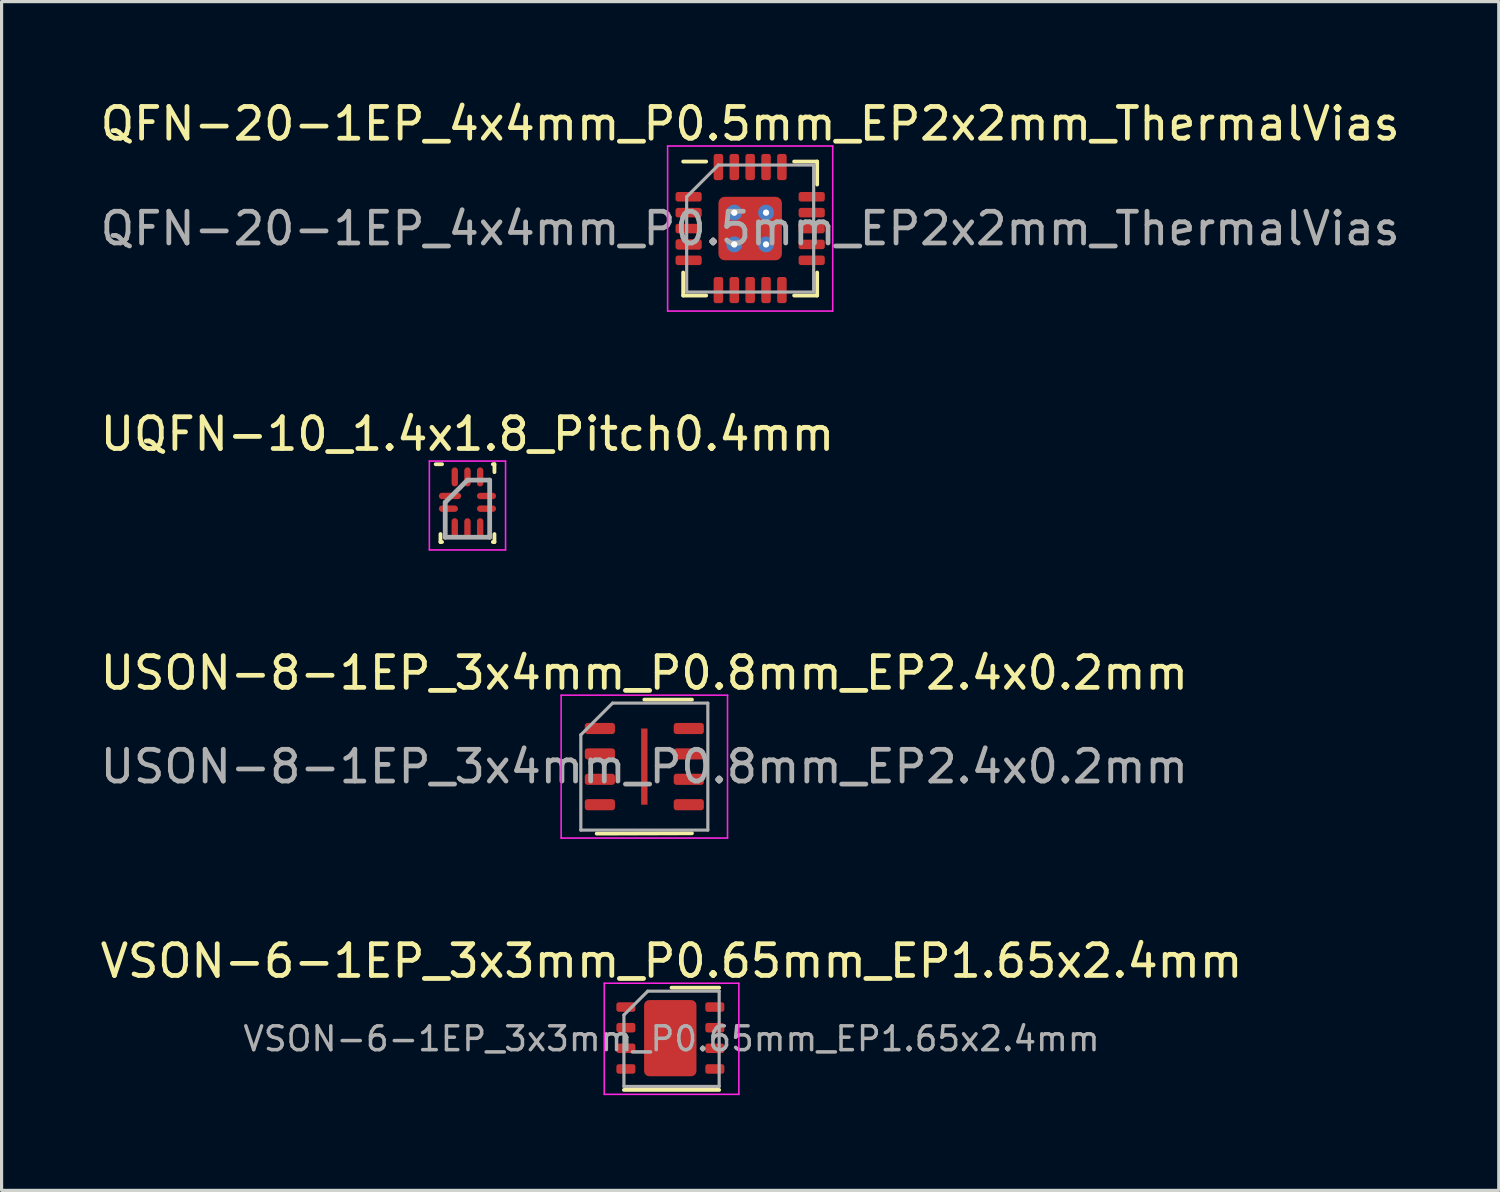
<source format=kicad_pcb>
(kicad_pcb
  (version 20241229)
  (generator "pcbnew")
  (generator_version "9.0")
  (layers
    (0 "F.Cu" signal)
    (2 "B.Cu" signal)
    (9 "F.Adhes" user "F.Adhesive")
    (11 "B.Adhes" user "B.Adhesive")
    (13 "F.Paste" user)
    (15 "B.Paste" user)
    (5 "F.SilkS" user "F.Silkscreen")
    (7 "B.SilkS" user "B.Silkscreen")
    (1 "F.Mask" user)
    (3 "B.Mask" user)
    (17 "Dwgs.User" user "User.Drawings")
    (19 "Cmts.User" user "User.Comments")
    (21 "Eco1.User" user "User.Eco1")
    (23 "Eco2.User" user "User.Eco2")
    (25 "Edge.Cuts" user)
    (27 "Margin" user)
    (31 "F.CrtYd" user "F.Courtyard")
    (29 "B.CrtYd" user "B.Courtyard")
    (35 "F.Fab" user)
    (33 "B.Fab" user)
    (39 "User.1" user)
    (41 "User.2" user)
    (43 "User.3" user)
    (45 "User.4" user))
  (footprint "UQFN-10_1.4x1.8_Pitch0.4mm"
    (layer "F.Cu")
    (at 11.673 12.771)
    (property "Reference" "UQFN-10_1.4x1.8_Pitch0.4mm" (at 0 -2.15 0) (layer "F.SilkS") (effects (font (size 1 1) (thickness 0.15))))
    (attr smd)
    (fp_line (start -0.85 1.25) (end -0.85 1) (stroke (width 0.12) (type solid)) (layer "F.SilkS"))
    (fp_line (start -0.8 -1.2) (end -1 -1.2) (stroke (width 0.12) (type solid)) (layer "F.SilkS"))
    (fp_line (start -0.8 1.25) (end -0.85 1.25) (stroke (width 0.12) (type solid)) (layer "F.SilkS"))
    (fp_line (start 0.8 -1.2) (end 0.85 -1.2) (stroke (width 0.12) (type solid)) (layer "F.SilkS"))
    (fp_line (start 0.8 1.25) (end 0.85 1.25) (stroke (width 0.12) (type solid)) (layer "F.SilkS"))
    (fp_line (start 0.85 -1.2) (end 0.85 -0.95) (stroke (width 0.12) (type solid)) (layer "F.SilkS"))
    (fp_line (start 0.85 1.25) (end 0.85 1) (stroke (width 0.12) (type solid)) (layer "F.SilkS"))
    (fp_line (start -1.2 1.5) (end -1.2 -1.3) (stroke (width 0.05) (type solid)) (layer "F.CrtYd"))
    (fp_line (start 1.2 -1.3) (end -1.2 -1.3) (stroke (width 0.05) (type solid)) (layer "F.CrtYd"))
    (fp_line (start 1.2 -1.3) (end 1.2 1.5) (stroke (width 0.05) (type solid)) (layer "F.CrtYd"))
    (fp_line (start 1.2 1.5) (end -1.2 1.5) (stroke (width 0.05) (type solid)) (layer "F.CrtYd"))
    (fp_line (start -0.7 0) (end -0.7 1.1) (stroke (width 0.15) (type solid)) (layer "F.Fab"))
    (fp_line (start -0.7 1.1) (end 0.7 1.1) (stroke (width 0.15) (type solid)) (layer "F.Fab"))
    (fp_line (start 0 -0.7) (end -0.7 0) (stroke (width 0.15) (type solid)) (layer "F.Fab"))
    (fp_line (start 0.7 -0.7) (end 0 -0.7) (stroke (width 0.15) (type solid)) (layer "F.Fab"))
    (fp_line (start 0.7 1.1) (end 0.7 -0.7) (stroke (width 0.15) (type solid)) (layer "F.Fab"))
    (pad "1" smd oval (at -0.55 -0.2 90) (size 0.2 0.7) (layers "F.Cu" "F.Mask" "F.Paste"))
    (pad "2" smd oval (at -0.6 0.2 90) (size 0.2 0.6) (layers "F.Cu" "F.Mask" "F.Paste"))
    (pad "3" smd oval (at -0.4 0.8) (size 0.2 0.6) (layers "F.Cu" "F.Mask" "F.Paste"))
    (pad "4" smd oval (at 0 0.8) (size 0.2 0.6) (layers "F.Cu" "F.Mask" "F.Paste"))
    (pad "5" smd oval (at 0.4 0.8) (size 0.2 0.6) (layers "F.Cu" "F.Mask" "F.Paste"))
    (pad "6" smd oval (at 0.6 0.2 90) (size 0.2 0.6) (layers "F.Cu" "F.Mask" "F.Paste"))
    (pad "7" smd oval (at 0.6 -0.2 90) (size 0.2 0.6) (layers "F.Cu" "F.Mask" "F.Paste"))
    (pad "8" smd oval (at 0.4 -0.8) (size 0.2 0.6) (layers "F.Cu" "F.Mask" "F.Paste"))
    (pad "9" smd oval (at 0 -0.8) (size 0.2 0.6) (layers "F.Cu" "F.Mask" "F.Paste"))
    (pad "10" smd oval (at -0.4 -0.8) (size 0.2 0.6) (layers "F.Cu" "F.Mask" "F.Paste")))
  (footprint "USON-8-1EP_3x4mm_P0.8mm_EP2.4x0.2mm"
    (layer "F.Cu")
    (at 17.244 21.095)
    (property "Reference" "USON-8-1EP_3x4mm_P0.8mm_EP2.4x0.2mm" (at 0 -2.95 0) (layer "F.SilkS") (effects (font (size 1 1) (thickness 0.15))))
    (attr smd)
    (fp_line (start -1.5 2.11) (end 1.5 2.1) (stroke (width 0.12) (type solid)) (layer "F.SilkS"))
    (fp_line (start 0 -2.11) (end 1.5 -2.11) (stroke (width 0.12) (type solid)) (layer "F.SilkS"))
    (fp_line (start -2.62 -2.25) (end -2.62 2.25) (stroke (width 0.05) (type solid)) (layer "F.CrtYd"))
    (fp_line (start -2.62 2.25) (end 2.62 2.25) (stroke (width 0.05) (type solid)) (layer "F.CrtYd"))
    (fp_line (start 2.62 -2.25) (end -2.62 -2.25) (stroke (width 0.05) (type solid)) (layer "F.CrtYd"))
    (fp_line (start 2.62 2.25) (end 2.62 -2.25) (stroke (width 0.05) (type solid)) (layer "F.CrtYd"))
    (fp_line (start -2 -1) (end -1 -2) (stroke (width 0.1) (type solid)) (layer "F.Fab"))
    (fp_line (start -2 2) (end -2 -1) (stroke (width 0.1) (type solid)) (layer "F.Fab"))
    (fp_line (start -1 -2) (end 2 -2) (stroke (width 0.1) (type solid)) (layer "F.Fab"))
    (fp_line (start 2 -2) (end 2 2) (stroke (width 0.1) (type solid)) (layer "F.Fab"))
    (fp_line (start 2 2) (end -2 2) (stroke (width 0.1) (type solid)) (layer "F.Fab"))
    (fp_text user "${REFERENCE}" (at 0 0 0) (layer "F.Fab") (effects (font (size 1 1) (thickness 0.15))))
    (pad "1" smd roundrect (at -1.4 -1.2) (size 0.95 0.35) (layers "F.Cu" "F.Mask" "F.Paste") (roundrect_rratio 0.25))
    (pad "2" smd roundrect (at -1.4 -0.4) (size 0.95 0.35) (layers "F.Cu" "F.Mask" "F.Paste") (roundrect_rratio 0.25))
    (pad "3" smd roundrect (at -1.4 0.4) (size 0.95 0.35) (layers "F.Cu" "F.Mask" "F.Paste") (roundrect_rratio 0.25))
    (pad "4" smd roundrect (at -1.4 1.2) (size 0.95 0.35) (layers "F.Cu" "F.Mask" "F.Paste") (roundrect_rratio 0.25))
    (pad "5" smd roundrect (at 1.4 1.2) (size 0.95 0.35) (layers "F.Cu" "F.Mask" "F.Paste") (roundrect_rratio 0.25))
    (pad "6" smd roundrect (at 1.4 0.4) (size 0.95 0.35) (layers "F.Cu" "F.Mask" "F.Paste") (roundrect_rratio 0.25))
    (pad "7" smd roundrect (at 1.4 -0.4) (size 0.95 0.35) (layers "F.Cu" "F.Mask" "F.Paste") (roundrect_rratio 0.25))
    (pad "8" smd roundrect (at 1.4 -1.2) (size 0.95 0.35) (layers "F.Cu" "F.Mask" "F.Paste") (roundrect_rratio 0.25))
    (pad "9" smd rect (at 0 0) (size 0.2 2.4) (layers "F.Cu" "F.Mask" "F.Paste")))
  (footprint "QFN-20-1EP_4x4mm_P0.5mm_EP2x2mm_ThermalVias"
    (layer "F.Cu")
    (at 20.577 4.148)
    (property "Reference" "QFN-20-1EP_4x4mm_P0.5mm_EP2x2mm_ThermalVias" (at 0 -3.3 0) (layer "F.SilkS") (effects (font (size 1 1) (thickness 0.15))))
    (attr smd)
    (fp_line (start -2.11 2.11) (end -2.11 1.385) (stroke (width 0.12) (type solid)) (layer "F.SilkS"))
    (fp_line (start -1.385 -2.11) (end -2.11 -2.11) (stroke (width 0.12) (type solid)) (layer "F.SilkS"))
    (fp_line (start -1.385 2.11) (end -2.11 2.11) (stroke (width 0.12) (type solid)) (layer "F.SilkS"))
    (fp_line (start 1.385 -2.11) (end 2.11 -2.11) (stroke (width 0.12) (type solid)) (layer "F.SilkS"))
    (fp_line (start 1.385 2.11) (end 2.11 2.11) (stroke (width 0.12) (type solid)) (layer "F.SilkS"))
    (fp_line (start 2.11 -2.11) (end 2.11 -1.385) (stroke (width 0.12) (type solid)) (layer "F.SilkS"))
    (fp_line (start 2.11 2.11) (end 2.11 1.385) (stroke (width 0.12) (type solid)) (layer "F.SilkS"))
    (fp_line (start -2.6 -2.6) (end -2.6 2.6) (stroke (width 0.05) (type solid)) (layer "F.CrtYd"))
    (fp_line (start -2.6 2.6) (end 2.6 2.6) (stroke (width 0.05) (type solid)) (layer "F.CrtYd"))
    (fp_line (start 2.6 -2.6) (end -2.6 -2.6) (stroke (width 0.05) (type solid)) (layer "F.CrtYd"))
    (fp_line (start 2.6 2.6) (end 2.6 -2.6) (stroke (width 0.05) (type solid)) (layer "F.CrtYd"))
    (fp_line (start -2 -1) (end -1 -2) (stroke (width 0.1) (type solid)) (layer "F.Fab"))
    (fp_line (start -2 2) (end -2 -1) (stroke (width 0.1) (type solid)) (layer "F.Fab"))
    (fp_line (start -1 -2) (end 2 -2) (stroke (width 0.1) (type solid)) (layer "F.Fab"))
    (fp_line (start 2 -2) (end 2 2) (stroke (width 0.1) (type solid)) (layer "F.Fab"))
    (fp_line (start 2 2) (end -2 2) (stroke (width 0.1) (type solid)) (layer "F.Fab"))
    (fp_text user "${REFERENCE}" (at 0 0 0) (layer "F.Fab") (effects (font (size 1 1) (thickness 0.15))))
    (pad "" smd roundrect (at -0.5 -0.5) (size 0.75 0.75) (layers "F.Paste") (roundrect_rratio 0.231))
    (pad "" smd roundrect (at -0.5 0.5) (size 0.75 0.75) (layers "F.Paste") (roundrect_rratio 0.231))
    (pad "" smd roundrect (at 0.5 -0.5) (size 0.75 0.75) (layers "F.Paste") (roundrect_rratio 0.231))
    (pad "" smd roundrect (at 0.5 0.5) (size 0.75 0.75) (layers "F.Paste") (roundrect_rratio 0.231))
    (pad "1" smd roundrect (at -1.938 -1) (size 0.825 0.3) (layers "F.Cu" "F.Mask" "F.Paste") (roundrect_rratio 0.25))
    (pad "2" smd roundrect (at -1.938 -0.5) (size 0.825 0.3) (layers "F.Cu" "F.Mask" "F.Paste") (roundrect_rratio 0.25))
    (pad "3" smd roundrect (at -1.938 0) (size 0.825 0.3) (layers "F.Cu" "F.Mask" "F.Paste") (roundrect_rratio 0.25))
    (pad "4" smd roundrect (at -1.938 0.5) (size 0.825 0.33) (layers "F.Cu" "F.Mask" "F.Paste") (roundrect_rratio 0.25))
    (pad "5" smd roundrect (at -1.938 1) (size 0.825 0.3) (layers "F.Cu" "F.Mask" "F.Paste") (roundrect_rratio 0.25))
    (pad "6" smd roundrect (at -1 1.938) (size 0.3 0.825) (layers "F.Cu" "F.Mask" "F.Paste") (roundrect_rratio 0.25))
    (pad "7" smd roundrect (at -0.5 1.938) (size 0.3 0.825) (layers "F.Cu" "F.Mask" "F.Paste") (roundrect_rratio 0.25))
    (pad "8" smd roundrect (at 0 1.938) (size 0.3 0.825) (layers "F.Cu" "F.Mask" "F.Paste") (roundrect_rratio 0.25))
    (pad "9" smd roundrect (at 0.5 1.938) (size 0.3 0.825) (layers "F.Cu" "F.Mask" "F.Paste") (roundrect_rratio 0.25))
    (pad "10" smd roundrect (at 1 1.938) (size 0.3 0.825) (layers "F.Cu" "F.Mask" "F.Paste") (roundrect_rratio 0.25))
    (pad "11" smd roundrect (at 1.938 1) (size 0.825 0.3) (layers "F.Cu" "F.Mask" "F.Paste") (roundrect_rratio 0.25))
    (pad "12" smd roundrect (at 1.938 0.5) (size 0.825 0.3) (layers "F.Cu" "F.Mask" "F.Paste") (roundrect_rratio 0.25))
    (pad "13" smd roundrect (at 1.938 0) (size 0.825 0.3) (layers "F.Cu" "F.Mask" "F.Paste") (roundrect_rratio 0.25))
    (pad "14" smd roundrect (at 1.938 -0.5) (size 0.825 0.3) (layers "F.Cu" "F.Mask" "F.Paste") (roundrect_rratio 0.25))
    (pad "15" smd roundrect (at 1.938 -1) (size 0.825 0.3) (layers "F.Cu" "F.Mask" "F.Paste") (roundrect_rratio 0.25))
    (pad "16" smd roundrect (at 1 -1.938) (size 0.3 0.825) (layers "F.Cu" "F.Mask" "F.Paste") (roundrect_rratio 0.25))
    (pad "17" smd roundrect (at 0.5 -1.938) (size 0.3 0.825) (layers "F.Cu" "F.Mask" "F.Paste") (roundrect_rratio 0.25))
    (pad "18" smd roundrect (at 0 -1.938) (size 0.3 0.825) (layers "F.Cu" "F.Mask" "F.Paste") (roundrect_rratio 0.25))
    (pad "19" smd roundrect (at -0.5 -1.938) (size 0.3 0.825) (layers "F.Cu" "F.Mask" "F.Paste") (roundrect_rratio 0.25))
    (pad "20" smd roundrect (at -1 -1.938) (size 0.3 0.825) (layers "F.Cu" "F.Mask" "F.Paste") (roundrect_rratio 0.25))
    (pad "21" thru_hole circle (at -0.5 -0.5) (size 0.5 0.5) (drill 0.2) (layers "*.Cu"))
    (pad "21" thru_hole circle (at -0.5 0.5) (size 0.5 0.5) (drill 0.2) (layers "*.Cu"))
    (pad "21" smd roundrect (at 0 0) (size 2 2) (layers "F.Cu" "F.Mask") (roundrect_rratio 0.1))
    (pad "21" thru_hole circle (at 0.5 -0.5) (size 0.5 0.5) (drill 0.2) (layers "*.Cu"))
    (pad "21" thru_hole circle (at 0.5 0.5) (size 0.5 0.5) (drill 0.2) (layers "*.Cu")))
  (footprint "VSON-6-1EP_3x3mm_P0.65mm_EP1.65x2.4mm"
    (layer "F.Cu")
    (at 18.101 29.668)
    (property "Reference" "VSON-6-1EP_3x3mm_P0.65mm_EP1.65x2.4mm" (at 0 -2.45 0) (layer "F.SilkS") (effects (font (size 1 1) (thickness 0.15))))
    (attr smd)
    (fp_line (start -1.5 1.61) (end 1.5 1.61) (stroke (width 0.12) (type solid)) (layer "F.SilkS"))
    (fp_line (start 0 -1.61) (end 1.5 -1.61) (stroke (width 0.12) (type solid)) (layer "F.SilkS"))
    (fp_line (start -2.12 -1.75) (end -2.12 1.75) (stroke (width 0.05) (type solid)) (layer "F.CrtYd"))
    (fp_line (start -2.12 1.75) (end 2.12 1.75) (stroke (width 0.05) (type solid)) (layer "F.CrtYd"))
    (fp_line (start 2.12 -1.75) (end -2.12 -1.75) (stroke (width 0.05) (type solid)) (layer "F.CrtYd"))
    (fp_line (start 2.12 1.75) (end 2.12 -1.75) (stroke (width 0.05) (type solid)) (layer "F.CrtYd"))
    (fp_line (start -1.5 -0.75) (end -0.75 -1.5) (stroke (width 0.1) (type solid)) (layer "F.Fab"))
    (fp_line (start -1.5 1.5) (end -1.5 -0.75) (stroke (width 0.1) (type solid)) (layer "F.Fab"))
    (fp_line (start -0.75 -1.5) (end 1.5 -1.5) (stroke (width 0.1) (type solid)) (layer "F.Fab"))
    (fp_line (start 1.5 -1.5) (end 1.5 1.5) (stroke (width 0.1) (type solid)) (layer "F.Fab"))
    (fp_line (start 1.5 1.5) (end -1.5 1.5) (stroke (width 0.1) (type solid)) (layer "F.Fab"))
    (fp_text user "${REFERENCE}" (at 0 0 0) (layer "F.Fab") (effects (font (size 0.75 0.75) (thickness 0.11))))
    (pad "" smd roundrect (at -0.35 -0.54) (size 0.48 0.81) (layers "F.Paste") (roundrect_rratio 0.25))
    (pad "" smd roundrect (at -0.35 0.46) (size 0.48 0.81) (layers "F.Paste") (roundrect_rratio 0.25))
    (pad "" smd roundrect (at 0.25 -0.54) (size 0.48 0.81) (layers "F.Paste") (roundrect_rratio 0.25))
    (pad "" smd roundrect (at 0.25 0.46) (size 0.48 0.81) (layers "F.Paste") (roundrect_rratio 0.25))
    (pad "1" smd roundrect (at -1.438 -1) (size 0.6 0.3) (layers "F.Cu" "F.Mask" "F.Paste") (roundrect_rratio 0.25))
    (pad "2" smd roundrect (at -1.438 -0.35) (size 0.6 0.3) (layers "F.Cu" "F.Mask" "F.Paste") (roundrect_rratio 0.25))
    (pad "3" smd roundrect (at -1.438 0.3) (size 0.6 0.3) (layers "F.Cu" "F.Mask" "F.Paste") (roundrect_rratio 0.25))
    (pad "4" smd roundrect (at -1.438 0.95) (size 0.6 0.3) (layers "F.Cu" "F.Mask" "F.Paste") (roundrect_rratio 0.25))
    (pad "5" smd roundrect (at 1.363 0.95) (size 0.6 0.3) (layers "F.Cu" "F.Mask" "F.Paste") (roundrect_rratio 0.25))
    (pad "6" smd roundrect (at 1.363 0.3) (size 0.6 0.3) (layers "F.Cu" "F.Mask" "F.Paste") (roundrect_rratio 0.25))
    (pad "7" smd roundrect (at 1.363 -0.35) (size 0.6 0.3) (layers "F.Cu" "F.Mask" "F.Paste") (roundrect_rratio 0.25))
    (pad "8" smd roundrect (at 1.363 -1) (size 0.6 0.3) (layers "F.Cu" "F.Mask" "F.Paste") (roundrect_rratio 0.25))
    (pad "9" smd roundrect (at -0.04 -0.02) (size 1.65 2.4) (layers "F.Cu" "F.Mask") (roundrect_rratio 0.1)))
  (gr_rect
    (start -3 -3)
    (end 44.155 34.443)
    (stroke (width 0.1) (type default))
    (fill no)
    (layer "Edge.Cuts")))
</source>
